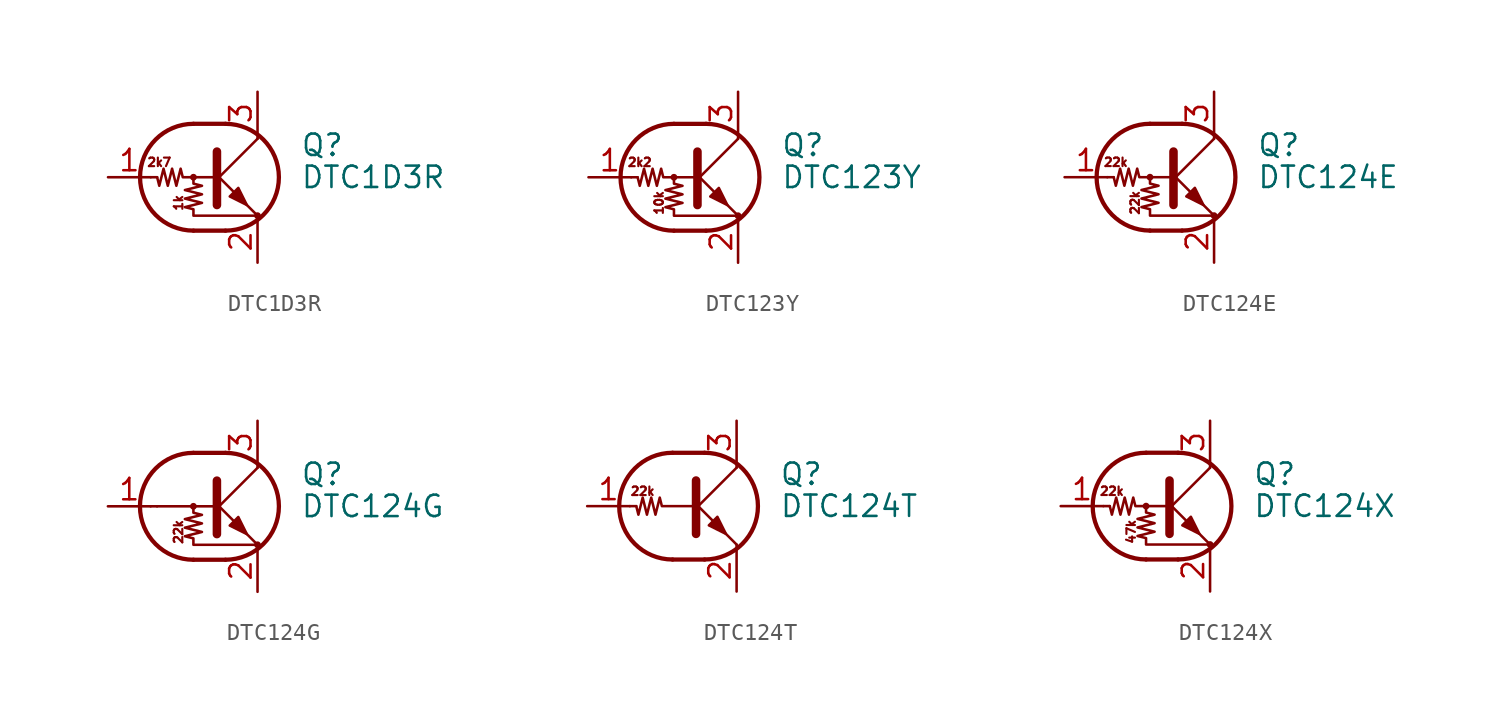
<source format=kicad_sym>
(kicad_symbol_lib
  (version 20200908)
  (generator kicad_symbol_editor)
  (symbol "Transistor_BJT:DTC1D3R"
    (pin_names
      (offset 0) hide)
    (property "Reference" "Q"
      (at 5.08 1.905 0)
      (effects (font (size 1.27 1.27)) (justify left)))
    (property "Value" "DTC1D3R"
      (at 5.08 0 0)
      (effects (font (size 1.27 1.27)) (justify left)))
    (symbol "DTC1D3R_0_1"
      (arc (start -1.27 3.175) (end -1.27 -3.175) (radius (at -1.27 0) (length 3.175) (angles 90.1 -90.1)) (stroke (width 0.254)) (fill (type none)))
      (arc (start 0.635 -3.175) (end 0.635 3.175) (radius (at 0.635 0) (length 3.175) (angles -89.9 89.9)) (stroke (width 0.254)) (fill (type none)))
      (circle (center -1.27 0) (radius 0.127) (stroke (width 0)) (fill (type none)))
      (circle (center 2.54 -2.286) (radius 0.127) (stroke (width 0)) (fill (type none)))
      (polyline (pts (xy -3.429 0) (xy -3.81 0)) (stroke (width 0)) (fill (type none)))
      (polyline (pts (xy -1.27 -3.175) (xy 0.635 -3.175)) (stroke (width 0.254)) (fill (type none)))
      (polyline (pts (xy -1.27 3.175) (xy 0.635 3.175)) (stroke (width 0.254)) (fill (type none)))
      (polyline (pts (xy 0 -0.254) (xy 2.54 2.286)) (stroke (width 0)) (fill (type none)))
      (polyline (pts (xy 0.127 1.524) (xy 0.127 -1.651)) (stroke (width 0.508)) (fill (type outline)))
      (polyline (pts (xy 2.54 2.286) (xy 2.54 2.54)) (stroke (width 0)) (fill (type none)))
      (polyline (pts (xy 2.54 -2.286) (xy 0 0.254) (xy 0 0.254)) (stroke (width 0)) (fill (type none)))
      (polyline (pts (xy 0.889 -1.143) (xy 1.397 -0.635) (xy 1.905 -1.651) (xy 0.889 -1.143)) (stroke (width 0)) (fill (type outline)))
      (polyline (pts (xy 0 0) (xy -1.905 0) (xy -2.032 0.508) (xy -2.286 -0.508) (xy -2.54 0.508) (xy -2.794 -0.508) (xy -3.048 0.508) (xy -3.302 -0.508) (xy -3.429 0)) (stroke (width 0)) (fill (type none)))
      (polyline (pts (xy -1.27 0) (xy -1.27 -0.381) (xy -0.762 -0.508) (xy -1.778 -0.762) (xy -0.762 -1.016) (xy -1.778 -1.27) (xy -0.762 -1.524) (xy -1.778 -1.778) (xy -1.27 -1.905) (xy -1.27 -2.286) (xy 2.54 -2.286)) (stroke (width 0)) (fill (type none))))
    (symbol "DTC1D3R_0_0"
      (text "1k" (at -2.159 -1.524 900) (effects (font (size 0.508 0.508))))
      (text "2k7" (at -3.302 0.889 0) (effects (font (size 0.508 0.508)))))
    (symbol "DTC1D3R_1_1"
      (pin input line (at -6.35 0 0) (length 2.54) (name "B" (effects (font (size 1.27 1.27)))) (number "1" (effects (font (size 1.27 1.27)))))
      (pin passive line (at 2.54 -5.08 90) (length 2.54) (name "E" (effects (font (size 1.27 1.27)))) (number "2" (effects (font (size 1.27 1.27)))))
      (pin passive line (at 2.54 5.08 270) (length 2.54) (name "C" (effects (font (size 1.27 1.27)))) (number "3" (effects (font (size 1.27 1.27)))))))
  (symbol "Transistor_BJT:DTC123Y"
    (pin_names
      (offset 0) hide)
    (property "Reference" "Q"
      (at 5.08 1.905 0)
      (effects (font (size 1.27 1.27)) (justify left)))
    (property "Value" "DTC123Y"
      (at 5.08 0 0)
      (effects (font (size 1.27 1.27)) (justify left)))
    (symbol "DTC123Y_0_1"
      (arc (start -1.27 3.175) (end -1.27 -3.175) (radius (at -1.27 0) (length 3.175) (angles 90.1 -90.1)) (stroke (width 0.254)) (fill (type none)))
      (arc (start 0.635 -3.175) (end 0.635 3.175) (radius (at 0.635 0) (length 3.175) (angles -89.9 89.9)) (stroke (width 0.254)) (fill (type none)))
      (circle (center -1.27 0) (radius 0.127) (stroke (width 0)) (fill (type none)))
      (circle (center 2.54 -2.286) (radius 0.127) (stroke (width 0)) (fill (type none)))
      (polyline (pts (xy -3.429 0) (xy -3.81 0)) (stroke (width 0)) (fill (type none)))
      (polyline (pts (xy -1.27 -3.175) (xy 0.635 -3.175)) (stroke (width 0.254)) (fill (type none)))
      (polyline (pts (xy -1.27 3.175) (xy 0.635 3.175)) (stroke (width 0.254)) (fill (type none)))
      (polyline (pts (xy 0 -0.254) (xy 2.54 2.286)) (stroke (width 0)) (fill (type none)))
      (polyline (pts (xy 0.127 1.524) (xy 0.127 -1.651)) (stroke (width 0.508)) (fill (type outline)))
      (polyline (pts (xy 2.54 2.286) (xy 2.54 2.54)) (stroke (width 0)) (fill (type none)))
      (polyline (pts (xy 2.54 -2.286) (xy 0 0.254) (xy 0 0.254)) (stroke (width 0)) (fill (type none)))
      (polyline (pts (xy 0.889 -1.143) (xy 1.397 -0.635) (xy 1.905 -1.651) (xy 0.889 -1.143)) (stroke (width 0)) (fill (type outline)))
      (polyline (pts (xy 0 0) (xy -1.905 0) (xy -2.032 0.508) (xy -2.286 -0.508) (xy -2.54 0.508) (xy -2.794 -0.508) (xy -3.048 0.508) (xy -3.302 -0.508) (xy -3.429 0)) (stroke (width 0)) (fill (type none)))
      (polyline (pts (xy -1.27 0) (xy -1.27 -0.381) (xy -0.762 -0.508) (xy -1.778 -0.762) (xy -0.762 -1.016) (xy -1.778 -1.27) (xy -0.762 -1.524) (xy -1.778 -1.778) (xy -1.27 -1.905) (xy -1.27 -2.286) (xy 2.54 -2.286)) (stroke (width 0)) (fill (type none))))
    (symbol "DTC123Y_0_0"
      (text "10k" (at -2.159 -1.524 900) (effects (font (size 0.508 0.508))))
      (text "2k2" (at -3.302 0.889 0) (effects (font (size 0.508 0.508)))))
    (symbol "DTC123Y_1_1"
      (pin input line (at -6.35 0 0) (length 2.54) (name "B" (effects (font (size 1.27 1.27)))) (number "1" (effects (font (size 1.27 1.27)))))
      (pin passive line (at 2.54 -5.08 90) (length 2.54) (name "E" (effects (font (size 1.27 1.27)))) (number "2" (effects (font (size 1.27 1.27)))))
      (pin passive line (at 2.54 5.08 270) (length 2.54) (name "C" (effects (font (size 1.27 1.27)))) (number "3" (effects (font (size 1.27 1.27)))))))
  (symbol "Transistor_BJT:DTC124E"
    (pin_names
      (offset 0) hide)
    (property "Reference" "Q"
      (at 5.08 1.905 0)
      (effects (font (size 1.27 1.27)) (justify left)))
    (property "Value" "DTC124E"
      (at 5.08 0 0)
      (effects (font (size 1.27 1.27)) (justify left)))
    (symbol "DTC124E_0_1"
      (arc (start -1.27 3.175) (end -1.27 -3.175) (radius (at -1.27 0) (length 3.175) (angles 90.1 -90.1)) (stroke (width 0.254)) (fill (type none)))
      (arc (start 0.635 -3.175) (end 0.635 3.175) (radius (at 0.635 0) (length 3.175) (angles -89.9 89.9)) (stroke (width 0.254)) (fill (type none)))
      (circle (center -1.27 0) (radius 0.127) (stroke (width 0)) (fill (type none)))
      (circle (center 2.54 -2.286) (radius 0.127) (stroke (width 0)) (fill (type none)))
      (polyline (pts (xy -3.429 0) (xy -3.81 0)) (stroke (width 0)) (fill (type none)))
      (polyline (pts (xy -1.27 -3.175) (xy 0.635 -3.175)) (stroke (width 0.254)) (fill (type none)))
      (polyline (pts (xy -1.27 3.175) (xy 0.635 3.175)) (stroke (width 0.254)) (fill (type none)))
      (polyline (pts (xy 0 -0.254) (xy 2.54 2.286)) (stroke (width 0)) (fill (type none)))
      (polyline (pts (xy 0.127 1.524) (xy 0.127 -1.651)) (stroke (width 0.508)) (fill (type outline)))
      (polyline (pts (xy 2.54 2.286) (xy 2.54 2.54)) (stroke (width 0)) (fill (type none)))
      (polyline (pts (xy 2.54 -2.286) (xy 0 0.254) (xy 0 0.254)) (stroke (width 0)) (fill (type none)))
      (polyline (pts (xy 0.889 -1.143) (xy 1.397 -0.635) (xy 1.905 -1.651) (xy 0.889 -1.143)) (stroke (width 0)) (fill (type outline)))
      (polyline (pts (xy 0 0) (xy -1.905 0) (xy -2.032 0.508) (xy -2.286 -0.508) (xy -2.54 0.508) (xy -2.794 -0.508) (xy -3.048 0.508) (xy -3.302 -0.508) (xy -3.429 0)) (stroke (width 0)) (fill (type none)))
      (polyline (pts (xy -1.27 0) (xy -1.27 -0.381) (xy -0.762 -0.508) (xy -1.778 -0.762) (xy -0.762 -1.016) (xy -1.778 -1.27) (xy -0.762 -1.524) (xy -1.778 -1.778) (xy -1.27 -1.905) (xy -1.27 -2.286) (xy 2.54 -2.286)) (stroke (width 0)) (fill (type none))))
    (symbol "DTC124E_0_0"
      (text "22k" (at -3.302 0.889 0) (effects (font (size 0.508 0.508))))
      (text "22k" (at -2.159 -1.524 900) (effects (font (size 0.508 0.508)))))
    (symbol "DTC124E_1_1"
      (pin input line (at -6.35 0 0) (length 2.54) (name "B" (effects (font (size 1.27 1.27)))) (number "1" (effects (font (size 1.27 1.27)))))
      (pin passive line (at 2.54 -5.08 90) (length 2.54) (name "E" (effects (font (size 1.27 1.27)))) (number "2" (effects (font (size 1.27 1.27)))))
      (pin passive line (at 2.54 5.08 270) (length 2.54) (name "C" (effects (font (size 1.27 1.27)))) (number "3" (effects (font (size 1.27 1.27)))))))
  (symbol "Transistor_BJT:DTC124G"
    (pin_names
      (offset 0) hide)
    (property "Reference" "Q"
      (at 5.08 1.905 0)
      (effects (font (size 1.27 1.27)) (justify left)))
    (property "Value" "DTC124G"
      (at 5.08 0 0)
      (effects (font (size 1.27 1.27)) (justify left)))
    (symbol "DTC124G_0_1"
      (arc (start -1.27 3.175) (end -1.27 -3.175) (radius (at -1.27 0) (length 3.175) (angles 90.1 -90.1)) (stroke (width 0.254)) (fill (type none)))
      (arc (start 0.635 -3.175) (end 0.635 3.175) (radius (at 0.635 0) (length 3.175) (angles -89.9 89.9)) (stroke (width 0.254)) (fill (type none)))
      (circle (center -1.27 0) (radius 0.127) (stroke (width 0)) (fill (type none)))
      (circle (center 2.54 -2.286) (radius 0.127) (stroke (width 0)) (fill (type none)))
      (polyline (pts (xy -3.429 0) (xy -3.81 0)) (stroke (width 0)) (fill (type none)))
      (polyline (pts (xy -1.27 -3.175) (xy 0.635 -3.175)) (stroke (width 0.254)) (fill (type none)))
      (polyline (pts (xy -1.27 3.175) (xy 0.635 3.175)) (stroke (width 0.254)) (fill (type none)))
      (polyline (pts (xy 0 -0.254) (xy 2.54 2.286)) (stroke (width 0)) (fill (type none)))
      (polyline (pts (xy 0.127 1.524) (xy 0.127 -1.651)) (stroke (width 0.508)) (fill (type outline)))
      (polyline (pts (xy 2.54 2.286) (xy 2.54 2.54)) (stroke (width 0)) (fill (type none)))
      (polyline (pts (xy 2.54 -2.286) (xy 0 0.254) (xy 0 0.254)) (stroke (width 0)) (fill (type none)))
      (polyline (pts (xy 0.889 -1.143) (xy 1.397 -0.635) (xy 1.905 -1.651) (xy 0.889 -1.143)) (stroke (width 0)) (fill (type outline)))
      (polyline (pts (xy -1.27 0) (xy -1.27 -0.381) (xy -0.762 -0.508) (xy -1.778 -0.762) (xy -0.762 -1.016) (xy -1.778 -1.27) (xy -0.762 -1.524) (xy -1.778 -1.778) (xy -1.27 -1.905) (xy -1.27 -2.286) (xy 2.54 -2.286)) (stroke (width 0)) (fill (type none))))
    (symbol "DTC124G_0_0"
      (text "22k" (at -2.159 -1.524 900) (effects (font (size 0.508 0.508))))
      (polyline (pts (xy -3.429 0) (xy 0 0)) (stroke (width 0)) (fill (type none))))
    (symbol "DTC124G_1_1"
      (pin input line (at -6.35 0 0) (length 2.54) (name "B" (effects (font (size 1.27 1.27)))) (number "1" (effects (font (size 1.27 1.27)))))
      (pin passive line (at 2.54 -5.08 90) (length 2.54) (name "E" (effects (font (size 1.27 1.27)))) (number "2" (effects (font (size 1.27 1.27)))))
      (pin passive line (at 2.54 5.08 270) (length 2.54) (name "C" (effects (font (size 1.27 1.27)))) (number "3" (effects (font (size 1.27 1.27)))))))
  (symbol "Transistor_BJT:DTC124T"
    (pin_names
      (offset 0) hide)
    (property "Reference" "Q"
      (at 5.08 1.905 0)
      (effects (font (size 1.27 1.27)) (justify left)))
    (property "Value" "DTC124T"
      (at 5.08 0 0)
      (effects (font (size 1.27 1.27)) (justify left)))
    (symbol "DTC124T_0_1"
      (arc (start -1.27 3.175) (end -1.27 -3.175) (radius (at -1.27 0) (length 3.175) (angles 90.1 -90.1)) (stroke (width 0.254)) (fill (type none)))
      (arc (start 0.635 -3.175) (end 0.635 3.175) (radius (at 0.635 0) (length 3.175) (angles -89.9 89.9)) (stroke (width 0.254)) (fill (type none)))
      (polyline (pts (xy -3.429 0) (xy -3.81 0)) (stroke (width 0)) (fill (type none)))
      (polyline (pts (xy -1.27 -3.175) (xy 0.635 -3.175)) (stroke (width 0.254)) (fill (type none)))
      (polyline (pts (xy -1.27 3.175) (xy 0.635 3.175)) (stroke (width 0.254)) (fill (type none)))
      (polyline (pts (xy 0 -0.254) (xy 2.54 2.286)) (stroke (width 0)) (fill (type none)))
      (polyline (pts (xy 0.127 1.524) (xy 0.127 -1.651)) (stroke (width 0.508)) (fill (type outline)))
      (polyline (pts (xy 2.54 2.286) (xy 2.54 2.54)) (stroke (width 0)) (fill (type none)))
      (polyline (pts (xy 2.54 -2.286) (xy 0 0.254) (xy 0 0.254)) (stroke (width 0)) (fill (type none)))
      (polyline (pts (xy 0.889 -1.143) (xy 1.397 -0.635) (xy 1.905 -1.651) (xy 0.889 -1.143)) (stroke (width 0)) (fill (type outline)))
      (polyline (pts (xy 0 0) (xy -1.905 0) (xy -2.032 0.508) (xy -2.286 -0.508) (xy -2.54 0.508) (xy -2.794 -0.508) (xy -3.048 0.508) (xy -3.302 -0.508) (xy -3.429 0)) (stroke (width 0)) (fill (type none))))
    (symbol "DTC124T_0_0"
      (text "22k" (at -3.048 0.889 0) (effects (font (size 0.508 0.508))))
      (polyline (pts (xy 2.54 -2.286) (xy 2.54 -2.54)) (stroke (width 0)) (fill (type none))))
    (symbol "DTC124T_1_1"
      (pin input line (at -6.35 0 0) (length 2.54) (name "B" (effects (font (size 1.27 1.27)))) (number "1" (effects (font (size 1.27 1.27)))))
      (pin passive line (at 2.54 -5.08 90) (length 2.54) (name "E" (effects (font (size 1.27 1.27)))) (number "2" (effects (font (size 1.27 1.27)))))
      (pin passive line (at 2.54 5.08 270) (length 2.54) (name "C" (effects (font (size 1.27 1.27)))) (number "3" (effects (font (size 1.27 1.27)))))))
  (symbol "Transistor_BJT:DTC124X"
    (pin_names
      (offset 0) hide)
    (property "Reference" "Q"
      (at 5.08 1.905 0)
      (effects (font (size 1.27 1.27)) (justify left)))
    (property "Value" "DTC124X"
      (at 5.08 0 0)
      (effects (font (size 1.27 1.27)) (justify left)))
    (symbol "DTC124X_0_1"
      (arc (start -1.27 3.175) (end -1.27 -3.175) (radius (at -1.27 0) (length 3.175) (angles 90.1 -90.1)) (stroke (width 0.254)) (fill (type none)))
      (arc (start 0.635 -3.175) (end 0.635 3.175) (radius (at 0.635 0) (length 3.175) (angles -89.9 89.9)) (stroke (width 0.254)) (fill (type none)))
      (circle (center -1.27 0) (radius 0.127) (stroke (width 0)) (fill (type none)))
      (circle (center 2.54 -2.286) (radius 0.127) (stroke (width 0)) (fill (type none)))
      (polyline (pts (xy -3.429 0) (xy -3.81 0)) (stroke (width 0)) (fill (type none)))
      (polyline (pts (xy -1.27 -3.175) (xy 0.635 -3.175)) (stroke (width 0.254)) (fill (type none)))
      (polyline (pts (xy -1.27 3.175) (xy 0.635 3.175)) (stroke (width 0.254)) (fill (type none)))
      (polyline (pts (xy 0 -0.254) (xy 2.54 2.286)) (stroke (width 0)) (fill (type none)))
      (polyline (pts (xy 0.127 1.524) (xy 0.127 -1.651)) (stroke (width 0.508)) (fill (type outline)))
      (polyline (pts (xy 2.54 2.286) (xy 2.54 2.54)) (stroke (width 0)) (fill (type none)))
      (polyline (pts (xy 2.54 -2.286) (xy 0 0.254) (xy 0 0.254)) (stroke (width 0)) (fill (type none)))
      (polyline (pts (xy 0.889 -1.143) (xy 1.397 -0.635) (xy 1.905 -1.651) (xy 0.889 -1.143)) (stroke (width 0)) (fill (type outline)))
      (polyline (pts (xy 0 0) (xy -1.905 0) (xy -2.032 0.508) (xy -2.286 -0.508) (xy -2.54 0.508) (xy -2.794 -0.508) (xy -3.048 0.508) (xy -3.302 -0.508) (xy -3.429 0)) (stroke (width 0)) (fill (type none)))
      (polyline (pts (xy -1.27 0) (xy -1.27 -0.381) (xy -0.762 -0.508) (xy -1.778 -0.762) (xy -0.762 -1.016) (xy -1.778 -1.27) (xy -0.762 -1.524) (xy -1.778 -1.778) (xy -1.27 -1.905) (xy -1.27 -2.286) (xy 2.54 -2.286)) (stroke (width 0)) (fill (type none))))
    (symbol "DTC124X_0_0"
      (text "22k" (at -3.302 0.889 0) (effects (font (size 0.508 0.508))))
      (text "47k" (at -2.159 -1.524 900) (effects (font (size 0.508 0.508)))))
    (symbol "DTC124X_1_1"
      (pin input line (at -6.35 0 0) (length 2.54) (name "B" (effects (font (size 1.27 1.27)))) (number "1" (effects (font (size 1.27 1.27)))))
      (pin passive line (at 2.54 -5.08 90) (length 2.54) (name "E" (effects (font (size 1.27 1.27)))) (number "2" (effects (font (size 1.27 1.27)))))
      (pin passive line (at 2.54 5.08 270) (length 2.54) (name "C" (effects (font (size 1.27 1.27)))) (number "3" (effects (font (size 1.27 1.27))))))))
</source>
